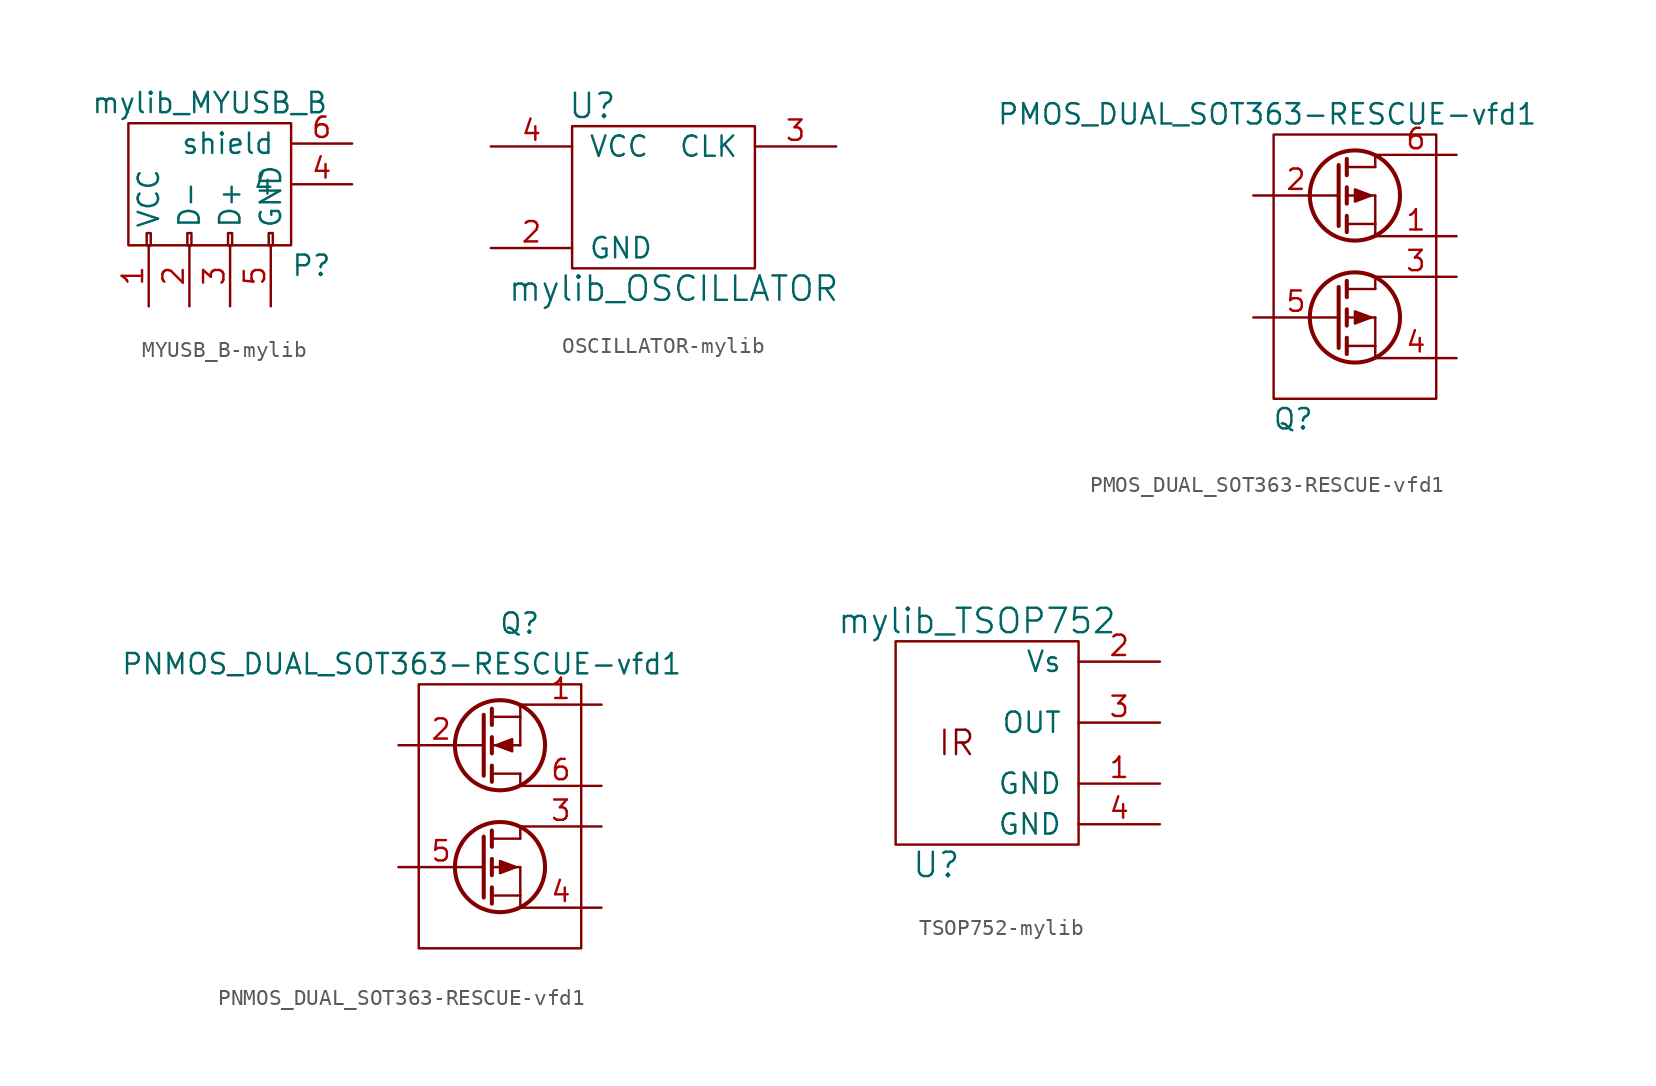
<source format=kicad_sym>
(kicad_symbol_lib
  (version 20220914)
  (generator kicad_symbol_editor)
  (symbol "MYUSB_B-mylib"
    (pin_names
      (offset 1.016))
    (property "Reference" "P"
      (at 5.08 -5.08 0)
      (effects (font (size 1.27 1.27))))
    (property "Value" "mylib_MYUSB_B"
      (at -1.27 5.08 0)
      (effects (font (size 1.27 1.27))))
    (property "Footprint" ""
      (at -1.27 -2.54 90)
      (effects (font (size 1.27 1.27))))
    (property "Datasheet" ""
      (at -1.27 -2.54 90)
      (effects (font (size 1.27 1.27))))
    (symbol "MYUSB_B-mylib_0_1"
      (rectangle (start -6.35 -3.81) (end 3.81 3.81) (stroke (width 0) (type solid)) (fill (type none)))
      (rectangle (start -5.207 -3.81) (end -4.953 -3.048) (stroke (width 0) (type solid)) (fill (type none)))
      (rectangle (start -2.667 -3.81) (end -2.413 -3.048) (stroke (width 0) (type solid)) (fill (type none)))
      (rectangle (start -0.127 -3.81) (end 0.127 -3.048) (stroke (width 0) (type solid)) (fill (type none)))
      (rectangle (start 2.413 -3.81) (end 2.667 -3.048) (stroke (width 0) (type solid)) (fill (type none))))
    (symbol "MYUSB_B-mylib_1_1"
      (pin power_out line (at -5.08 -7.62 90) (length 3.81) (name "VCC" (effects (font (size 1.27 1.27)))) (number "1" (effects (font (size 1.27 1.27)))))
      (pin passive line (at -2.54 -7.62 90) (length 3.81) (name "D-" (effects (font (size 1.27 1.27)))) (number "2" (effects (font (size 1.27 1.27)))))
      (pin passive line (at 0 -7.62 90) (length 3.81) (name "D+" (effects (font (size 1.27 1.27)))) (number "3" (effects (font (size 1.27 1.27)))))
      (pin input line (at 7.62 0 180) (length 3.81) (name "4" (effects (font (size 1.27 1.27)))) (number "4" (effects (font (size 1.27 1.27)))))
      (pin power_in line (at 2.54 -7.62 90) (length 3.81) (name "GND" (effects (font (size 1.27 1.27)))) (number "5" (effects (font (size 1.27 1.27)))))
      (pin passive line (at 7.62 2.54 180) (length 3.81) (name "shield" (effects (font (size 1.27 1.27)))) (number "6" (effects (font (size 1.27 1.27)))))))
  (symbol "OSCILLATOR-mylib"
    (pin_names
      (offset 1.016))
    (property "Reference" "U"
      (at -5.08 5.08 0)
      (effects (font (size 1.524 1.524))))
    (property "Value" "mylib_OSCILLATOR"
      (at 0 -6.35 0)
      (effects (font (size 1.524 1.524))))
    (symbol "OSCILLATOR-mylib_0_1"
      (rectangle (start -6.35 3.81) (end 5.08 -5.08) (stroke (width 0) (type solid)) (fill (type none))))
    (symbol "OSCILLATOR-mylib_1_1"
      (pin input line (at -11.43 -3.81 0) (length 5.08) (name "GND" (effects (font (size 1.27 1.27)))) (number "2" (effects (font (size 1.27 1.27)))))
      (pin input line (at 10.16 2.54 180) (length 5.08) (name "CLK" (effects (font (size 1.27 1.27)))) (number "3" (effects (font (size 1.27 1.27)))))
      (pin input line (at -11.43 2.54 0) (length 5.08) (name "VCC" (effects (font (size 1.27 1.27)))) (number "4" (effects (font (size 1.27 1.27)))))))
  (symbol "PMOS_DUAL_SOT363-RESCUE-vfd1"
    (pin_names
      (offset 0) hide)
    (property "Reference" "Q"
      (at -2.54 -10.16 0)
      (effects (font (size 1.27 1.27)) (justify right)))
    (property "Value" "PMOS_DUAL_SOT363-RESCUE-vfd1"
      (at 11.43 8.89 0)
      (effects (font (size 1.27 1.27)) (justify right)))
    (property "Footprint" ""
      (at 3.81 -1.27 0)
      (effects (font (size 1.27 1.27))))
    (property "Datasheet" ""
      (at -1.27 -3.81 0)
      (effects (font (size 1.27 1.27))))
    (symbol "PMOS_DUAL_SOT363-RESCUE-vfd1_0_1"
      (rectangle (start -5.08 7.62) (end 5.08 -8.89) (stroke (width 0) (type solid)) (fill (type none)))
      (circle (center 0 -3.81) (radius 2.819) (stroke (width 0.254) (type solid)) (fill (type none)))
      (polyline (pts (xy -0.508 -5.588) (xy 1.27 -5.588)) (stroke (width 0) (type solid)) (fill (type none)))
      (polyline (pts (xy -0.508 -5.08) (xy -0.508 -6.096)) (stroke (width 0.254) (type solid)) (fill (type none)))
      (polyline (pts (xy -0.508 -3.81) (xy 1.27 -3.81)) (stroke (width 0) (type solid)) (fill (type none)))
      (polyline (pts (xy -0.508 -3.302) (xy -0.508 -4.318)) (stroke (width 0.254) (type solid)) (fill (type none)))
      (polyline (pts (xy -0.508 -2.032) (xy 1.27 -2.032)) (stroke (width 0) (type solid)) (fill (type none)))
      (polyline (pts (xy -0.508 -1.524) (xy -0.508 -2.54)) (stroke (width 0.254) (type solid)) (fill (type none)))
      (polyline (pts (xy -0.508 2.032) (xy 1.27 2.032)) (stroke (width 0) (type solid)) (fill (type none)))
      (polyline (pts (xy -0.508 2.54) (xy -0.508 1.524)) (stroke (width 0.254) (type solid)) (fill (type none)))
      (polyline (pts (xy -0.508 3.81) (xy 1.27 3.81)) (stroke (width 0) (type solid)) (fill (type none)))
      (polyline (pts (xy -0.508 4.318) (xy -0.508 3.302)) (stroke (width 0.254) (type solid)) (fill (type none)))
      (polyline (pts (xy -0.508 5.588) (xy 1.27 5.588)) (stroke (width 0) (type solid)) (fill (type none)))
      (polyline (pts (xy -0.508 6.096) (xy -0.508 5.08)) (stroke (width 0.254) (type solid)) (fill (type none)))
      (polyline (pts (xy 1.27 -5.588) (xy 1.27 -6.35)) (stroke (width 0) (type solid)) (fill (type none)))
      (polyline (pts (xy 1.27 -5.588) (xy 1.27 -3.81)) (stroke (width 0) (type solid)) (fill (type none)))
      (polyline (pts (xy 1.27 -1.27) (xy 1.27 -2.032)) (stroke (width 0) (type solid)) (fill (type none)))
      (polyline (pts (xy 1.27 2.032) (xy 1.27 1.27)) (stroke (width 0) (type solid)) (fill (type none)))
      (polyline (pts (xy 1.27 2.032) (xy 1.27 3.81)) (stroke (width 0) (type solid)) (fill (type none)))
      (polyline (pts (xy 1.27 6.35) (xy 1.27 5.588)) (stroke (width 0) (type solid)) (fill (type none)))
      (polyline (pts (xy -1.016 -1.905) (xy -1.016 -5.715) (xy -1.016 -5.715)) (stroke (width 0.254) (type solid)) (fill (type none)))
      (polyline (pts (xy -1.016 5.715) (xy -1.016 1.905) (xy -1.016 1.905)) (stroke (width 0.254) (type solid)) (fill (type none)))
      (polyline (pts (xy 1.016 -3.81) (xy 0 -4.191) (xy 0 -3.429) (xy 1.016 -3.81)) (stroke (width 0) (type solid)) (fill (type outline)))
      (polyline (pts (xy 1.016 3.81) (xy 0 3.429) (xy 0 4.191) (xy 1.016 3.81)) (stroke (width 0) (type solid)) (fill (type outline)))
      (circle (center 0 3.81) (radius 2.819) (stroke (width 0.254) (type solid)) (fill (type none))))
    (symbol "PMOS_DUAL_SOT363-RESCUE-vfd1_1_1"
      (pin passive line (at 6.35 1.27 180) (length 5.08) (name "S1" (effects (font (size 1.27 1.27)))) (number "1" (effects (font (size 1.27 1.27)))))
      (pin input line (at -6.35 3.81 0) (length 5.334) (name "G1" (effects (font (size 1.27 1.27)))) (number "2" (effects (font (size 1.27 1.27)))))
      (pin passive line (at 6.35 -1.27 180) (length 5.08) (name "D2" (effects (font (size 1.27 1.27)))) (number "3" (effects (font (size 1.27 1.27)))))
      (pin passive line (at 6.35 -6.35 180) (length 5.08) (name "S2" (effects (font (size 1.27 1.27)))) (number "4" (effects (font (size 1.27 1.27)))))
      (pin input line (at -6.35 -3.81 0) (length 5.334) (name "G2" (effects (font (size 1.27 1.27)))) (number "5" (effects (font (size 1.27 1.27)))))
      (pin passive line (at 6.35 6.35 180) (length 5.08) (name "D1" (effects (font (size 1.27 1.27)))) (number "6" (effects (font (size 1.27 1.27)))))))
  (symbol "PNMOS_DUAL_SOT363-RESCUE-vfd1"
    (pin_names
      (offset 0) hide)
    (property "Reference" "Q"
      (at 2.54 11.43 0)
      (effects (font (size 1.27 1.27)) (justify right)))
    (property "Value" "PNMOS_DUAL_SOT363-RESCUE-vfd1"
      (at 11.43 8.89 0)
      (effects (font (size 1.27 1.27)) (justify right)))
    (property "Footprint" ""
      (at 3.81 1.27 0)
      (effects (font (size 1.27 1.27))))
    (property "Datasheet" ""
      (at -1.27 3.81 0)
      (effects (font (size 1.27 1.27))))
    (symbol "PNMOS_DUAL_SOT363-RESCUE-vfd1_0_1"
      (rectangle (start -5.08 7.62) (end 5.08 -8.89) (stroke (width 0) (type solid)) (fill (type none)))
      (circle (center 0 -3.81) (radius 2.819) (stroke (width 0.254) (type solid)) (fill (type none)))
      (polyline (pts (xy -0.508 -5.588) (xy 1.27 -5.588)) (stroke (width 0) (type solid)) (fill (type none)))
      (polyline (pts (xy -0.508 -5.08) (xy -0.508 -6.096)) (stroke (width 0.254) (type solid)) (fill (type none)))
      (polyline (pts (xy -0.508 -3.81) (xy 1.27 -3.81)) (stroke (width 0) (type solid)) (fill (type none)))
      (polyline (pts (xy -0.508 -3.302) (xy -0.508 -4.318)) (stroke (width 0.254) (type solid)) (fill (type none)))
      (polyline (pts (xy -0.508 -2.032) (xy 1.27 -2.032)) (stroke (width 0) (type solid)) (fill (type none)))
      (polyline (pts (xy -0.508 -1.524) (xy -0.508 -2.54)) (stroke (width 0.254) (type solid)) (fill (type none)))
      (polyline (pts (xy -0.508 1.524) (xy -0.508 2.54)) (stroke (width 0.254) (type solid)) (fill (type none)))
      (polyline (pts (xy -0.508 2.032) (xy 1.27 2.032)) (stroke (width 0) (type solid)) (fill (type none)))
      (polyline (pts (xy -0.508 3.302) (xy -0.508 4.318)) (stroke (width 0.254) (type solid)) (fill (type none)))
      (polyline (pts (xy -0.508 3.81) (xy 1.27 3.81)) (stroke (width 0) (type solid)) (fill (type none)))
      (polyline (pts (xy -0.508 5.08) (xy -0.508 6.096)) (stroke (width 0.254) (type solid)) (fill (type none)))
      (polyline (pts (xy -0.508 5.588) (xy 1.27 5.588)) (stroke (width 0) (type solid)) (fill (type none)))
      (polyline (pts (xy 1.27 -5.588) (xy 1.27 -6.35)) (stroke (width 0) (type solid)) (fill (type none)))
      (polyline (pts (xy 1.27 -5.588) (xy 1.27 -3.81)) (stroke (width 0) (type solid)) (fill (type none)))
      (polyline (pts (xy 1.27 -1.27) (xy 1.27 -2.032)) (stroke (width 0) (type solid)) (fill (type none)))
      (polyline (pts (xy 1.27 1.27) (xy 1.27 2.032)) (stroke (width 0) (type solid)) (fill (type none)))
      (polyline (pts (xy 1.27 5.588) (xy 1.27 3.81)) (stroke (width 0) (type solid)) (fill (type none)))
      (polyline (pts (xy 1.27 5.588) (xy 1.27 6.35)) (stroke (width 0) (type solid)) (fill (type none)))
      (polyline (pts (xy -1.016 -1.905) (xy -1.016 -5.715) (xy -1.016 -5.715)) (stroke (width 0.254) (type solid)) (fill (type none)))
      (polyline (pts (xy -1.016 1.905) (xy -1.016 5.715) (xy -1.016 5.715)) (stroke (width 0.254) (type solid)) (fill (type none)))
      (polyline (pts (xy -0.254 3.81) (xy 0.762 3.429) (xy 0.762 4.191) (xy -0.254 3.81)) (stroke (width 0) (type solid)) (fill (type outline)))
      (polyline (pts (xy 1.016 -3.81) (xy 0 -3.429) (xy 0 -4.191) (xy 1.016 -3.81)) (stroke (width 0) (type solid)) (fill (type outline)))
      (circle (center 0 3.81) (radius 2.819) (stroke (width 0.254) (type solid)) (fill (type none))))
    (symbol "PNMOS_DUAL_SOT363-RESCUE-vfd1_1_1"
      (pin passive line (at 6.35 6.35 180) (length 5.08) (name "S1" (effects (font (size 1.27 1.27)))) (number "1" (effects (font (size 1.27 1.27)))))
      (pin input line (at -6.35 3.81 0) (length 5.334) (name "G1" (effects (font (size 1.27 1.27)))) (number "2" (effects (font (size 1.27 1.27)))))
      (pin passive line (at 6.35 -1.27 180) (length 5.08) (name "D2" (effects (font (size 1.27 1.27)))) (number "3" (effects (font (size 1.27 1.27)))))
      (pin passive line (at 6.35 -6.35 180) (length 5.08) (name "S2" (effects (font (size 1.27 1.27)))) (number "4" (effects (font (size 1.27 1.27)))))
      (pin input line (at -6.35 -3.81 0) (length 5.334) (name "G2" (effects (font (size 1.27 1.27)))) (number "5" (effects (font (size 1.27 1.27)))))
      (pin passive line (at 6.35 1.27 180) (length 5.08) (name "D1" (effects (font (size 1.27 1.27)))) (number "6" (effects (font (size 1.27 1.27)))))))
  (symbol "TSOP752-mylib"
    (pin_names
      (offset 1.016))
    (property "Reference" "U"
      (at -2.54 -7.62 0)
      (effects (font (size 1.524 1.524))))
    (property "Value" "mylib_TSOP752"
      (at 0 7.62 0)
      (effects (font (size 1.524 1.524))))
    (symbol "TSOP752-mylib_0_0"
      (text "IR" (at -1.27 0 0) (effects (font (size 1.524 1.524)))))
    (symbol "TSOP752-mylib_0_1"
      (rectangle (start -5.08 6.35) (end 6.35 -6.35) (stroke (width 0) (type solid)) (fill (type none))))
    (symbol "TSOP752-mylib_1_1"
      (pin input line (at 11.43 -2.54 180) (length 5.08) (name "GND" (effects (font (size 1.27 1.27)))) (number "1" (effects (font (size 1.27 1.27)))))
      (pin input line (at 11.43 5.08 180) (length 5.08) (name "Vs" (effects (font (size 1.27 1.27)))) (number "2" (effects (font (size 1.27 1.27)))))
      (pin input line (at 11.43 1.27 180) (length 5.08) (name "OUT" (effects (font (size 1.27 1.27)))) (number "3" (effects (font (size 1.27 1.27)))))
      (pin input line (at 11.43 -5.08 180) (length 5.08) (name "GND" (effects (font (size 1.27 1.27)))) (number "4" (effects (font (size 1.27 1.27))))))))
</source>
